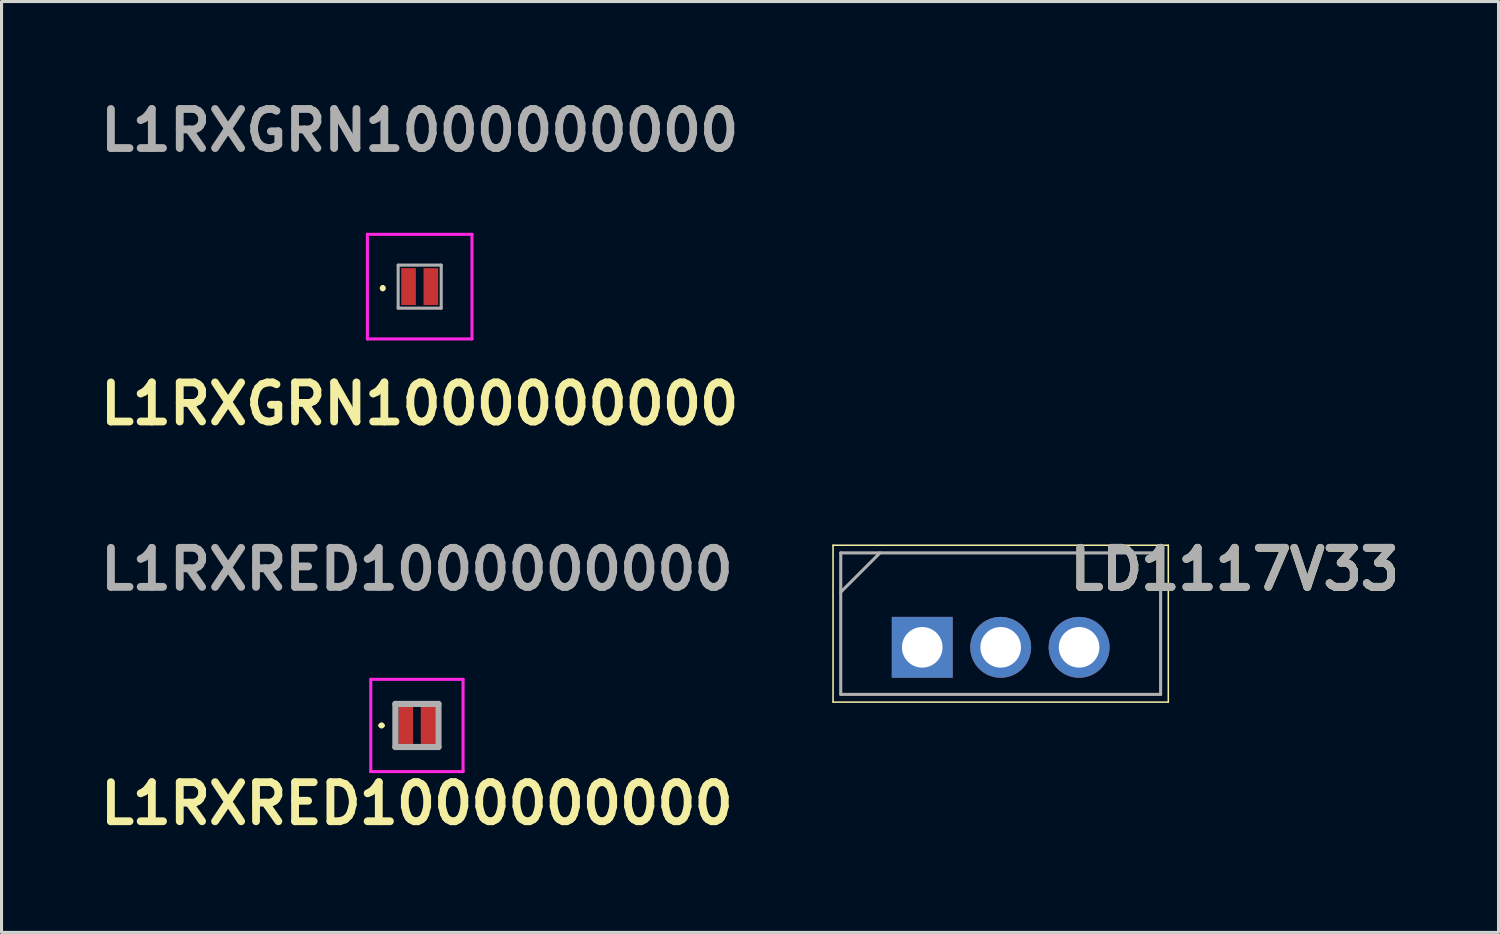
<source format=kicad_pcb>
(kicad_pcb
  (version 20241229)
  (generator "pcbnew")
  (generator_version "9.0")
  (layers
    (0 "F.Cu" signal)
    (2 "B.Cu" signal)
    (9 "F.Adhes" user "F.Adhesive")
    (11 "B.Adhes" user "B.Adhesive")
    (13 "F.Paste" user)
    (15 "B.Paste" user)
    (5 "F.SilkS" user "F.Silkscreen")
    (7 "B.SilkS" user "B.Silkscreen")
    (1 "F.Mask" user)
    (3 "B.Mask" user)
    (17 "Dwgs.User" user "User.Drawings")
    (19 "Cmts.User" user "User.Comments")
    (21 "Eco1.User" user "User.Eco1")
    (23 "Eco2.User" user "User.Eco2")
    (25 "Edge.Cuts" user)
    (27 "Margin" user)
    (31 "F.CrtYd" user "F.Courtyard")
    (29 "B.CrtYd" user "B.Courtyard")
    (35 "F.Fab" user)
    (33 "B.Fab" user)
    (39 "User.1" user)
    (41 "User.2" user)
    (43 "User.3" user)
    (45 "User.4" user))
  (footprint "L1RXRED1000000000"
    (layer "F.Cu")
    (at 10.505 20.536)
    (property "Reference" "L1RXRED1000000000" (at 0 2.54 0) (layer "F.SilkS") (effects (font (size 1.27 1.27) (thickness 0.254))))
    (attr smd)
    (fp_line (start -1.2 0) (end -1.2 0) (stroke (width 0.1) (type solid)) (layer "F.SilkS"))
    (fp_line (start -1.1 0) (end -1.1 0) (stroke (width 0.1) (type solid)) (layer "F.SilkS"))
    (fp_arc (start -1.2 0) (mid -1.15 -0.05) (end -1.1 0) (stroke (width 0.1) (type solid)) (layer "F.SilkS"))
    (fp_arc (start -1.1 0) (mid -1.15 0.05) (end -1.2 0) (stroke (width 0.1) (type solid)) (layer "F.SilkS"))
    (fp_line (start -1.5 -1.5) (end 1.5 -1.5) (stroke (width 0.1) (type solid)) (layer "F.CrtYd"))
    (fp_line (start -1.5 1.5) (end -1.5 -1.5) (stroke (width 0.1) (type solid)) (layer "F.CrtYd"))
    (fp_line (start 1.5 -1.5) (end 1.5 1.5) (stroke (width 0.1) (type solid)) (layer "F.CrtYd"))
    (fp_line (start 1.5 1.5) (end -1.5 1.5) (stroke (width 0.1) (type solid)) (layer "F.CrtYd"))
    (fp_line (start -0.7 -0.7) (end -0.7 0.7) (stroke (width 0.2) (type solid)) (layer "F.Fab"))
    (fp_line (start -0.7 0.7) (end 0.7 0.7) (stroke (width 0.2) (type solid)) (layer "F.Fab"))
    (fp_line (start 0.7 -0.7) (end -0.7 -0.7) (stroke (width 0.2) (type solid)) (layer "F.Fab"))
    (fp_line (start 0.7 0.7) (end 0.7 -0.7) (stroke (width 0.2) (type solid)) (layer "F.Fab"))
    (fp_text user "${REFERENCE}" (at 0 -5.08 0) (layer "F.Fab") (effects (font (size 1.27 1.27) (thickness 0.254))))
    (pad "1" smd rect (at -0.363 0) (size 0.475 1.2) (layers "F.Cu" "F.Mask" "F.Paste"))
    (pad "2" smd rect (at 0.363 0) (size 0.475 1.2) (layers "F.Cu" "F.Mask" "F.Paste")))
  (footprint "LD1117V33"
    (layer "F.Cu")
    (at 26.934 17.996)
    (property "Reference" "LD1117V33" (at 10.16 -2.54 0) (layer "F.SilkS") (effects (font (size 1.27 1.27) (thickness 0.254))))
    (attr through_hole)
    (fp_line (start -2.9 -3.32) (end 8 -3.32) (stroke (width 0.05) (type solid)) (layer "F.SilkS"))
    (fp_line (start -2.9 1.78) (end -2.9 -3.32) (stroke (width 0.05) (type solid)) (layer "F.SilkS"))
    (fp_line (start 8 -3.32) (end 8 1.78) (stroke (width 0.05) (type solid)) (layer "F.SilkS"))
    (fp_line (start 8 1.78) (end -2.9 1.78) (stroke (width 0.05) (type solid)) (layer "F.SilkS"))
    (fp_line (start -2.65 -3.07) (end 7.75 -3.07) (stroke (width 0.1) (type solid)) (layer "F.Fab"))
    (fp_line (start -2.65 -1.795) (end -1.375 -3.07) (stroke (width 0.1) (type solid)) (layer "F.Fab"))
    (fp_line (start -2.65 1.53) (end -2.65 -3.07) (stroke (width 0.1) (type solid)) (layer "F.Fab"))
    (fp_line (start 7.75 -3.07) (end 7.75 1.53) (stroke (width 0.1) (type solid)) (layer "F.Fab"))
    (fp_line (start 7.75 1.53) (end -2.65 1.53) (stroke (width 0.1) (type solid)) (layer "F.Fab"))
    (fp_text user "${REFERENCE}" (at 10.16 -2.54 0) (layer "F.Fab") (effects (font (size 1.27 1.27) (thickness 0.254))))
    (pad "1" thru_hole rect (at 0 0) (size 1.98 1.98) (drill 1.32) (layers "*.Cu" "*.Mask"))
    (pad "2" thru_hole circle (at 2.55 0) (size 1.98 1.98) (drill 1.32) (layers "*.Cu" "*.Mask"))
    (pad "3" thru_hole circle (at 5.1 0) (size 1.98 1.98) (drill 1.32) (layers "*.Cu" "*.Mask")))
  (footprint "L1RXGRN1000000000"
    (layer "F.Cu")
    (at 10.595 6.269)
    (property "Reference" "L1RXGRN1000000000" (at 0 3.81 0) (layer "F.SilkS") (effects (font (size 1.27 1.27) (thickness 0.254))))
    (attr smd)
    (fp_line (start -1.2 0) (end -1.2 0) (stroke (width 0.1) (type solid)) (layer "F.SilkS"))
    (fp_line (start -1.2 0.1) (end -1.2 0.1) (stroke (width 0.1) (type solid)) (layer "F.SilkS"))
    (fp_arc (start -1.2 0) (mid -1.15 0.05) (end -1.2 0.1) (stroke (width 0.1) (type solid)) (layer "F.SilkS"))
    (fp_arc (start -1.2 0.1) (mid -1.25 0.05) (end -1.2 0) (stroke (width 0.1) (type solid)) (layer "F.SilkS"))
    (fp_line (start -1.7 -1.7) (end 1.7 -1.7) (stroke (width 0.1) (type solid)) (layer "F.CrtYd"))
    (fp_line (start -1.7 1.7) (end -1.7 -1.7) (stroke (width 0.1) (type solid)) (layer "F.CrtYd"))
    (fp_line (start 1.7 -1.7) (end 1.7 1.7) (stroke (width 0.1) (type solid)) (layer "F.CrtYd"))
    (fp_line (start 1.7 1.7) (end -1.7 1.7) (stroke (width 0.1) (type solid)) (layer "F.CrtYd"))
    (fp_line (start -0.7 -0.7) (end 0.7 -0.7) (stroke (width 0.1) (type solid)) (layer "F.Fab"))
    (fp_line (start -0.7 0.7) (end -0.7 -0.7) (stroke (width 0.1) (type solid)) (layer "F.Fab"))
    (fp_line (start 0.7 -0.7) (end 0.7 0.7) (stroke (width 0.1) (type solid)) (layer "F.Fab"))
    (fp_line (start 0.7 0.7) (end -0.7 0.7) (stroke (width 0.1) (type solid)) (layer "F.Fab"))
    (fp_text user "${REFERENCE}" (at 0 -5.08 0) (layer "F.Fab") (effects (font (size 1.27 1.27) (thickness 0.254))))
    (pad "1" smd rect (at -0.362 0) (size 0.475 1.2) (layers "F.Cu" "F.Mask" "F.Paste"))
    (pad "2" smd rect (at 0.362 0) (size 0.475 1.2) (layers "F.Cu" "F.Mask" "F.Paste")))
  (gr_rect
    (start -3 -3)
    (end 45.67 27.265)
    (stroke (width 0.1) (type default))
    (fill no)
    (layer "Edge.Cuts")))
</source>
